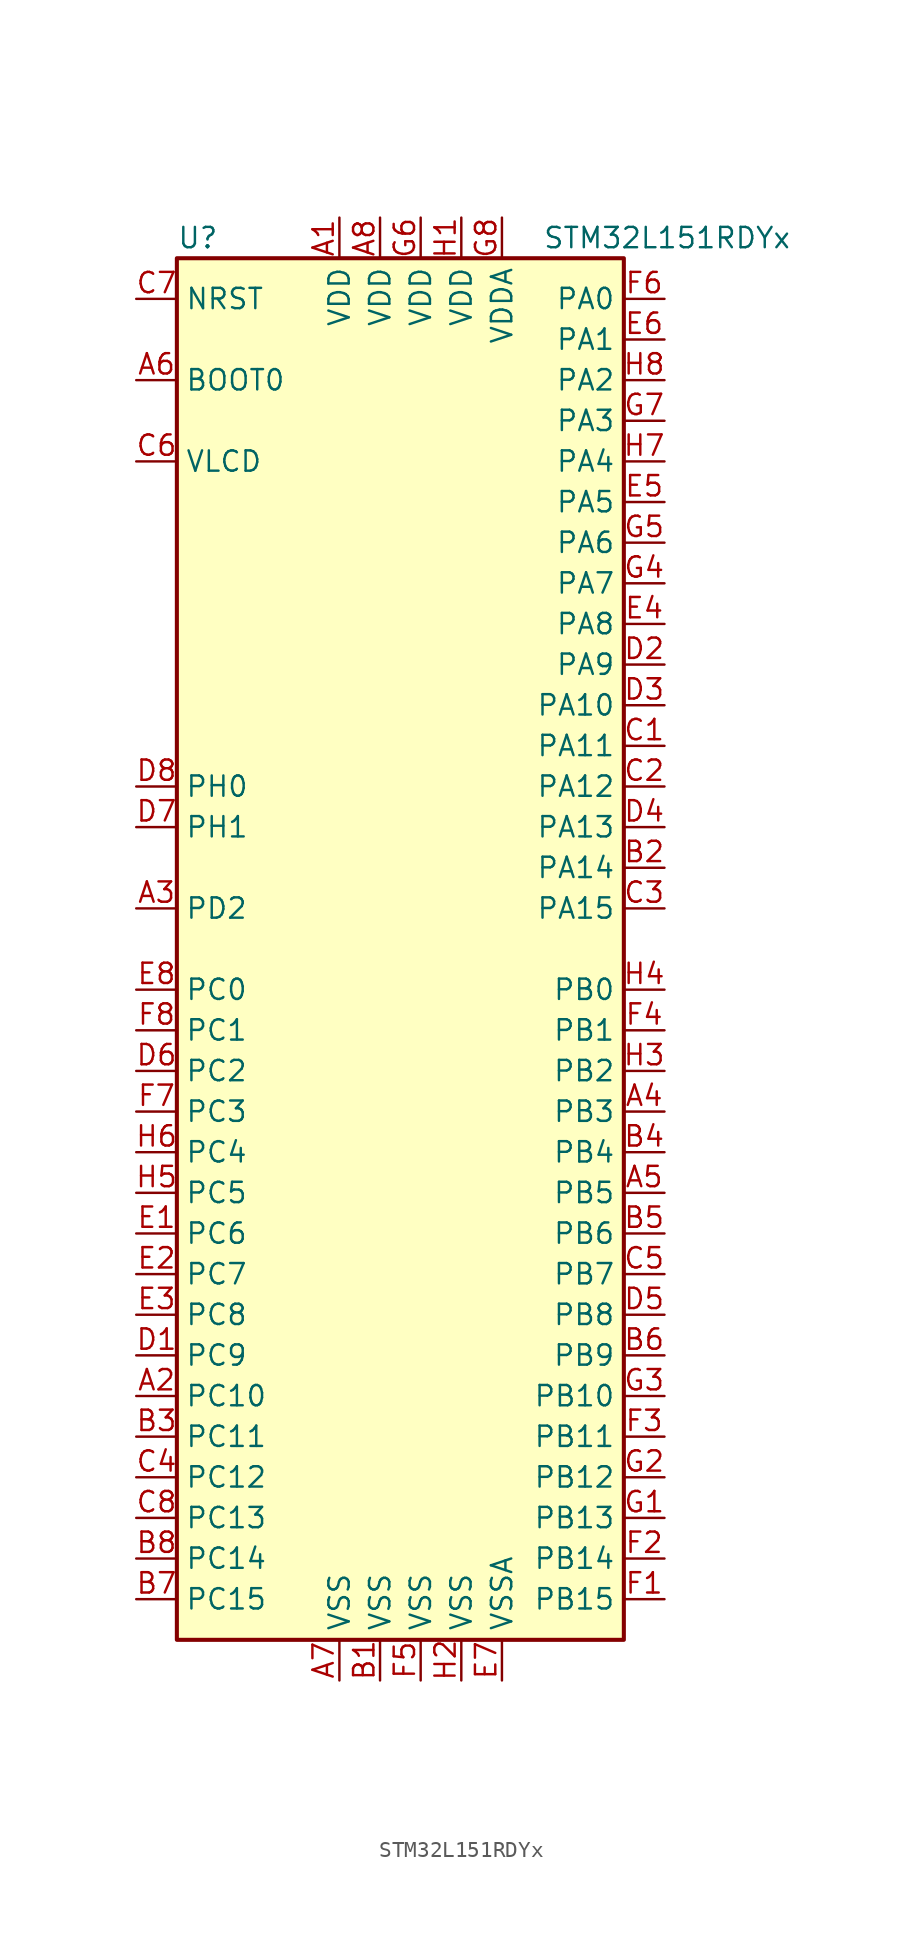
<source format=kicad_sym>
(kicad_symbol_lib
  (version 20201005)
  (generator kicad_symbol_editor)
  (symbol "STM32L151RDYx"
    (property "Reference" "U"
      (at -15.24 44.45 0)
      (effects (font (size 1.27 1.27)) (justify left)))
    (property "Value" "STM32L151RDYx"
      (at 7.62 44.45 0)
      (effects (font (size 1.27 1.27)) (justify left)))
    (symbol "STM32L151RDYx_0_1"
      (rectangle (start -15.24 -43.18) (end 12.7 43.18) (stroke (width 0.254)) (fill (type background))))
    (symbol "STM32L151RDYx_1_1"
      (pin power_in line (at -5.08 45.72 270) (length 2.54) (name "VDD" (effects (font (size 1.27 1.27)))) (number "A1" (effects (font (size 1.27 1.27)))))
      (pin bidirectional line (at -17.78 -27.94 0) (length 2.54) (name "PC10" (effects (font (size 1.27 1.27)))) (number "A2" (effects (font (size 1.27 1.27)))))
      (pin bidirectional line (at -17.78 2.54 0) (length 2.54) (name "PD2" (effects (font (size 1.27 1.27)))) (number "A3" (effects (font (size 1.27 1.27)))))
      (pin bidirectional line (at 15.24 -10.16 180) (length 2.54) (name "PB3" (effects (font (size 1.27 1.27)))) (number "A4" (effects (font (size 1.27 1.27)))))
      (pin bidirectional line (at 15.24 -15.24 180) (length 2.54) (name "PB5" (effects (font (size 1.27 1.27)))) (number "A5" (effects (font (size 1.27 1.27)))))
      (pin input line (at -17.78 35.56 0) (length 2.54) (name "BOOT0" (effects (font (size 1.27 1.27)))) (number "A6" (effects (font (size 1.27 1.27)))))
      (pin power_in line (at -5.08 -45.72 90) (length 2.54) (name "VSS" (effects (font (size 1.27 1.27)))) (number "A7" (effects (font (size 1.27 1.27)))))
      (pin power_in line (at -2.54 45.72 270) (length 2.54) (name "VDD" (effects (font (size 1.27 1.27)))) (number "A8" (effects (font (size 1.27 1.27)))))
      (pin power_in line (at -2.54 -45.72 90) (length 2.54) (name "VSS" (effects (font (size 1.27 1.27)))) (number "B1" (effects (font (size 1.27 1.27)))))
      (pin bidirectional line (at 15.24 5.08 180) (length 2.54) (name "PA14" (effects (font (size 1.27 1.27)))) (number "B2" (effects (font (size 1.27 1.27)))))
      (pin bidirectional line (at -17.78 -30.48 0) (length 2.54) (name "PC11" (effects (font (size 1.27 1.27)))) (number "B3" (effects (font (size 1.27 1.27)))))
      (pin bidirectional line (at 15.24 -12.7 180) (length 2.54) (name "PB4" (effects (font (size 1.27 1.27)))) (number "B4" (effects (font (size 1.27 1.27)))))
      (pin bidirectional line (at 15.24 -17.78 180) (length 2.54) (name "PB6" (effects (font (size 1.27 1.27)))) (number "B5" (effects (font (size 1.27 1.27)))))
      (pin bidirectional line (at 15.24 -25.4 180) (length 2.54) (name "PB9" (effects (font (size 1.27 1.27)))) (number "B6" (effects (font (size 1.27 1.27)))))
      (pin bidirectional line (at -17.78 -40.64 0) (length 2.54) (name "PC15" (effects (font (size 1.27 1.27)))) (number "B7" (effects (font (size 1.27 1.27)))))
      (pin bidirectional line (at -17.78 -38.1 0) (length 2.54) (name "PC14" (effects (font (size 1.27 1.27)))) (number "B8" (effects (font (size 1.27 1.27)))))
      (pin bidirectional line (at 15.24 12.7 180) (length 2.54) (name "PA11" (effects (font (size 1.27 1.27)))) (number "C1" (effects (font (size 1.27 1.27)))))
      (pin bidirectional line (at 15.24 10.16 180) (length 2.54) (name "PA12" (effects (font (size 1.27 1.27)))) (number "C2" (effects (font (size 1.27 1.27)))))
      (pin bidirectional line (at 15.24 2.54 180) (length 2.54) (name "PA15" (effects (font (size 1.27 1.27)))) (number "C3" (effects (font (size 1.27 1.27)))))
      (pin bidirectional line (at -17.78 -33.02 0) (length 2.54) (name "PC12" (effects (font (size 1.27 1.27)))) (number "C4" (effects (font (size 1.27 1.27)))))
      (pin bidirectional line (at 15.24 -20.32 180) (length 2.54) (name "PB7" (effects (font (size 1.27 1.27)))) (number "C5" (effects (font (size 1.27 1.27)))))
      (pin power_in line (at -17.78 30.48 0) (length 2.54) (name "VLCD" (effects (font (size 1.27 1.27)))) (number "C6" (effects (font (size 1.27 1.27)))))
      (pin input line (at -17.78 40.64 0) (length 2.54) (name "NRST" (effects (font (size 1.27 1.27)))) (number "C7" (effects (font (size 1.27 1.27)))))
      (pin bidirectional line (at -17.78 -35.56 0) (length 2.54) (name "PC13" (effects (font (size 1.27 1.27)))) (number "C8" (effects (font (size 1.27 1.27)))))
      (pin bidirectional line (at -17.78 -25.4 0) (length 2.54) (name "PC9" (effects (font (size 1.27 1.27)))) (number "D1" (effects (font (size 1.27 1.27)))))
      (pin bidirectional line (at 15.24 17.78 180) (length 2.54) (name "PA9" (effects (font (size 1.27 1.27)))) (number "D2" (effects (font (size 1.27 1.27)))))
      (pin bidirectional line (at 15.24 15.24 180) (length 2.54) (name "PA10" (effects (font (size 1.27 1.27)))) (number "D3" (effects (font (size 1.27 1.27)))))
      (pin bidirectional line (at 15.24 7.62 180) (length 2.54) (name "PA13" (effects (font (size 1.27 1.27)))) (number "D4" (effects (font (size 1.27 1.27)))))
      (pin bidirectional line (at 15.24 -22.86 180) (length 2.54) (name "PB8" (effects (font (size 1.27 1.27)))) (number "D5" (effects (font (size 1.27 1.27)))))
      (pin bidirectional line (at -17.78 -7.62 0) (length 2.54) (name "PC2" (effects (font (size 1.27 1.27)))) (number "D6" (effects (font (size 1.27 1.27)))))
      (pin input line (at -17.78 7.62 0) (length 2.54) (name "PH1" (effects (font (size 1.27 1.27)))) (number "D7" (effects (font (size 1.27 1.27)))))
      (pin input line (at -17.78 10.16 0) (length 2.54) (name "PH0" (effects (font (size 1.27 1.27)))) (number "D8" (effects (font (size 1.27 1.27)))))
      (pin bidirectional line (at -17.78 -17.78 0) (length 2.54) (name "PC6" (effects (font (size 1.27 1.27)))) (number "E1" (effects (font (size 1.27 1.27)))))
      (pin bidirectional line (at -17.78 -20.32 0) (length 2.54) (name "PC7" (effects (font (size 1.27 1.27)))) (number "E2" (effects (font (size 1.27 1.27)))))
      (pin bidirectional line (at -17.78 -22.86 0) (length 2.54) (name "PC8" (effects (font (size 1.27 1.27)))) (number "E3" (effects (font (size 1.27 1.27)))))
      (pin bidirectional line (at 15.24 20.32 180) (length 2.54) (name "PA8" (effects (font (size 1.27 1.27)))) (number "E4" (effects (font (size 1.27 1.27)))))
      (pin bidirectional line (at 15.24 27.94 180) (length 2.54) (name "PA5" (effects (font (size 1.27 1.27)))) (number "E5" (effects (font (size 1.27 1.27)))))
      (pin bidirectional line (at 15.24 38.1 180) (length 2.54) (name "PA1" (effects (font (size 1.27 1.27)))) (number "E6" (effects (font (size 1.27 1.27)))))
      (pin power_in line (at 5.08 -45.72 90) (length 2.54) (name "VSSA" (effects (font (size 1.27 1.27)))) (number "E7" (effects (font (size 1.27 1.27)))))
      (pin bidirectional line (at -17.78 -2.54 0) (length 2.54) (name "PC0" (effects (font (size 1.27 1.27)))) (number "E8" (effects (font (size 1.27 1.27)))))
      (pin bidirectional line (at 15.24 -40.64 180) (length 2.54) (name "PB15" (effects (font (size 1.27 1.27)))) (number "F1" (effects (font (size 1.27 1.27)))))
      (pin bidirectional line (at 15.24 -38.1 180) (length 2.54) (name "PB14" (effects (font (size 1.27 1.27)))) (number "F2" (effects (font (size 1.27 1.27)))))
      (pin bidirectional line (at 15.24 -30.48 180) (length 2.54) (name "PB11" (effects (font (size 1.27 1.27)))) (number "F3" (effects (font (size 1.27 1.27)))))
      (pin bidirectional line (at 15.24 -5.08 180) (length 2.54) (name "PB1" (effects (font (size 1.27 1.27)))) (number "F4" (effects (font (size 1.27 1.27)))))
      (pin power_in line (at 0 -45.72 90) (length 2.54) (name "VSS" (effects (font (size 1.27 1.27)))) (number "F5" (effects (font (size 1.27 1.27)))))
      (pin bidirectional line (at 15.24 40.64 180) (length 2.54) (name "PA0" (effects (font (size 1.27 1.27)))) (number "F6" (effects (font (size 1.27 1.27)))))
      (pin bidirectional line (at -17.78 -10.16 0) (length 2.54) (name "PC3" (effects (font (size 1.27 1.27)))) (number "F7" (effects (font (size 1.27 1.27)))))
      (pin bidirectional line (at -17.78 -5.08 0) (length 2.54) (name "PC1" (effects (font (size 1.27 1.27)))) (number "F8" (effects (font (size 1.27 1.27)))))
      (pin bidirectional line (at 15.24 -35.56 180) (length 2.54) (name "PB13" (effects (font (size 1.27 1.27)))) (number "G1" (effects (font (size 1.27 1.27)))))
      (pin bidirectional line (at 15.24 -33.02 180) (length 2.54) (name "PB12" (effects (font (size 1.27 1.27)))) (number "G2" (effects (font (size 1.27 1.27)))))
      (pin bidirectional line (at 15.24 -27.94 180) (length 2.54) (name "PB10" (effects (font (size 1.27 1.27)))) (number "G3" (effects (font (size 1.27 1.27)))))
      (pin bidirectional line (at 15.24 22.86 180) (length 2.54) (name "PA7" (effects (font (size 1.27 1.27)))) (number "G4" (effects (font (size 1.27 1.27)))))
      (pin bidirectional line (at 15.24 25.4 180) (length 2.54) (name "PA6" (effects (font (size 1.27 1.27)))) (number "G5" (effects (font (size 1.27 1.27)))))
      (pin power_in line (at 0 45.72 270) (length 2.54) (name "VDD" (effects (font (size 1.27 1.27)))) (number "G6" (effects (font (size 1.27 1.27)))))
      (pin bidirectional line (at 15.24 33.02 180) (length 2.54) (name "PA3" (effects (font (size 1.27 1.27)))) (number "G7" (effects (font (size 1.27 1.27)))))
      (pin power_in line (at 5.08 45.72 270) (length 2.54) (name "VDDA" (effects (font (size 1.27 1.27)))) (number "G8" (effects (font (size 1.27 1.27)))))
      (pin power_in line (at 2.54 45.72 270) (length 2.54) (name "VDD" (effects (font (size 1.27 1.27)))) (number "H1" (effects (font (size 1.27 1.27)))))
      (pin power_in line (at 2.54 -45.72 90) (length 2.54) (name "VSS" (effects (font (size 1.27 1.27)))) (number "H2" (effects (font (size 1.27 1.27)))))
      (pin bidirectional line (at 15.24 -7.62 180) (length 2.54) (name "PB2" (effects (font (size 1.27 1.27)))) (number "H3" (effects (font (size 1.27 1.27)))))
      (pin bidirectional line (at 15.24 -2.54 180) (length 2.54) (name "PB0" (effects (font (size 1.27 1.27)))) (number "H4" (effects (font (size 1.27 1.27)))))
      (pin bidirectional line (at -17.78 -15.24 0) (length 2.54) (name "PC5" (effects (font (size 1.27 1.27)))) (number "H5" (effects (font (size 1.27 1.27)))))
      (pin bidirectional line (at -17.78 -12.7 0) (length 2.54) (name "PC4" (effects (font (size 1.27 1.27)))) (number "H6" (effects (font (size 1.27 1.27)))))
      (pin bidirectional line (at 15.24 30.48 180) (length 2.54) (name "PA4" (effects (font (size 1.27 1.27)))) (number "H7" (effects (font (size 1.27 1.27)))))
      (pin bidirectional line (at 15.24 35.56 180) (length 2.54) (name "PA2" (effects (font (size 1.27 1.27)))) (number "H8" (effects (font (size 1.27 1.27))))))))
</source>
